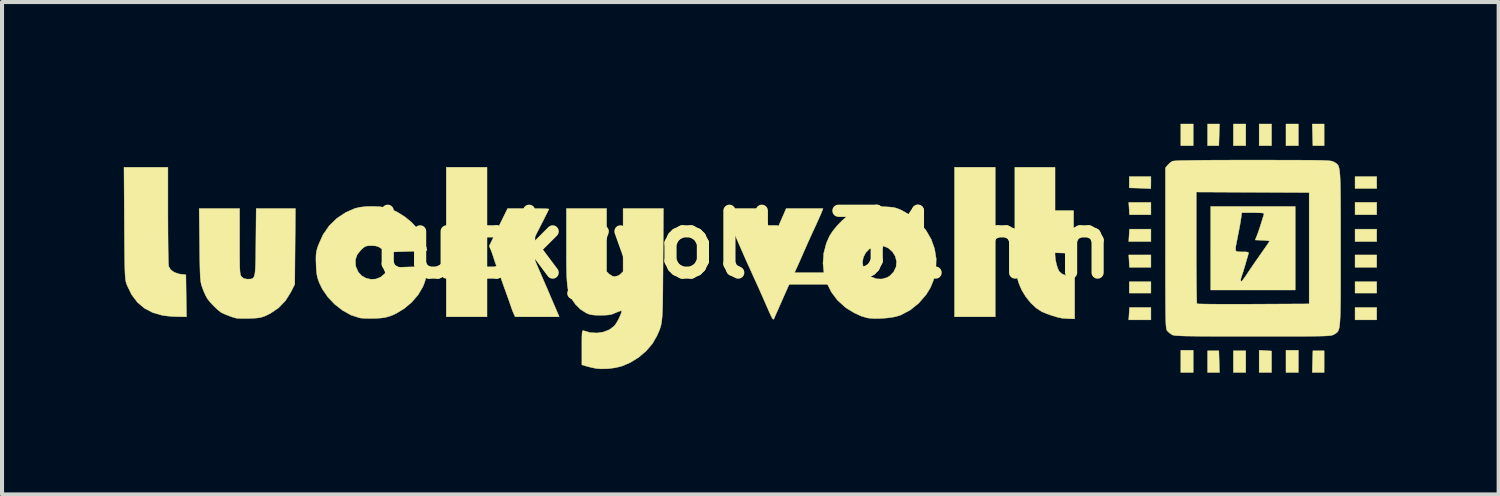
<source format=kicad_pcb>
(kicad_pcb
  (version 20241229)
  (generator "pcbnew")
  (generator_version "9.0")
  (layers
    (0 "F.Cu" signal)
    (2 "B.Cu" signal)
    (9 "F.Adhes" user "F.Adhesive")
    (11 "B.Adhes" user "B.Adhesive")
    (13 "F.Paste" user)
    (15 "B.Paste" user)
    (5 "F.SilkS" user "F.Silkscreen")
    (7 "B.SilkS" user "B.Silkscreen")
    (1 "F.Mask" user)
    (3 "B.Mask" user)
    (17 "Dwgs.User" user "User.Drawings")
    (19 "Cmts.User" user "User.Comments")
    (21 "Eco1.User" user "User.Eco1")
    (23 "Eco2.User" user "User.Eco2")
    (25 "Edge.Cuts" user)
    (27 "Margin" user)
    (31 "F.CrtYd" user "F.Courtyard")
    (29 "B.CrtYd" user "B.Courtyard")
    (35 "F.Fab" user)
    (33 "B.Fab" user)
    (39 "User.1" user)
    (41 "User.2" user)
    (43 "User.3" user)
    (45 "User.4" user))
  (footprint "luckyvolt_31mm"
    (layer "F.Cu")
    (at 15.248 2.977)
    (property "Reference" "luckyvolt_31mm" (at 0 0 0) (layer "F.SilkS") (effects (font (size 1.524 1.524) (thickness 0.3))))
    (attr through_hole)
    (fp_poly (pts (xy -6.299 1.778) (xy -7.303 1.778) (xy -7.303 -1.905) (xy -6.299 -1.905) (xy -6.299 1.778)) (stroke (width 0.01) (type solid)) (fill yes) (layer "F.SilkS"))
    (fp_poly (pts (xy 6.223 1.778) (xy 5.22 1.778) (xy 5.22 -1.905) (xy 6.223 -1.905) (xy 6.223 1.778)) (stroke (width 0.01) (type solid)) (fill yes) (layer "F.SilkS"))
    (fp_poly (pts (xy 10.058 -0.076) (xy 9.512 -0.076) (xy 9.53 -0.381) (xy 10.058 -0.381) (xy 10.058 -0.076)) (stroke (width 0.01) (type solid)) (fill yes) (layer "F.SilkS"))
    (fp_poly (pts (xy 10.058 1.194) (xy 9.525 1.194) (xy 9.525 0.914) (xy 10.058 0.914) (xy 10.058 1.194)) (stroke (width 0.01) (type solid)) (fill yes) (layer "F.SilkS"))
    (fp_poly (pts (xy 10.058 1.854) (xy 9.512 1.854) (xy 9.53 1.549) (xy 10.058 1.549) (xy 10.058 1.854)) (stroke (width 0.01) (type solid)) (fill yes) (layer "F.SilkS"))
    (fp_poly (pts (xy 11.1 -2.438) (xy 10.795 -2.438) (xy 10.795 -2.972) (xy 11.1 -2.972) (xy 11.1 -2.438)) (stroke (width 0.01) (type solid)) (fill yes) (layer "F.SilkS"))
    (fp_poly (pts (xy 11.1 3.15) (xy 10.795 3.15) (xy 10.795 2.603) (xy 11.1 2.603) (xy 11.1 3.15)) (stroke (width 0.01) (type solid)) (fill yes) (layer "F.SilkS"))
    (fp_poly (pts (xy 12.395 -2.438) (xy 12.09 -2.438) (xy 12.09 -2.972) (xy 12.395 -2.972) (xy 12.395 -2.438)) (stroke (width 0.01) (type solid)) (fill yes) (layer "F.SilkS"))
    (fp_poly (pts (xy 12.395 3.15) (xy 12.09 3.15) (xy 12.09 2.616) (xy 12.395 2.616) (xy 12.395 3.15)) (stroke (width 0.01) (type solid)) (fill yes) (layer "F.SilkS"))
    (fp_poly (pts (xy 13.03 -2.438) (xy 12.725 -2.438) (xy 12.725 -2.972) (xy 13.03 -2.972) (xy 13.03 -2.438)) (stroke (width 0.01) (type solid)) (fill yes) (layer "F.SilkS"))
    (fp_poly (pts (xy 13.691 -2.438) (xy 13.386 -2.438) (xy 13.386 -2.972) (xy 13.691 -2.972) (xy 13.691 -2.438)) (stroke (width 0.01) (type solid)) (fill yes) (layer "F.SilkS"))
    (fp_poly (pts (xy 13.691 3.15) (xy 13.386 3.15) (xy 13.386 2.603) (xy 13.691 2.603) (xy 13.691 3.15)) (stroke (width 0.01) (type solid)) (fill yes) (layer "F.SilkS"))
    (fp_poly (pts (xy 14.326 -2.972) (xy 14.326 -2.438) (xy 14.049 -2.438) (xy 14.034 -2.972) (xy 14.326 -2.972)) (stroke (width 0.01) (type solid)) (fill yes) (layer "F.SilkS"))
    (fp_poly (pts (xy 15.621 -1.384) (xy 15.088 -1.384) (xy 15.088 -1.676) (xy 15.621 -1.676) (xy 15.621 -1.384)) (stroke (width 0.01) (type solid)) (fill yes) (layer "F.SilkS"))
    (fp_poly (pts (xy 15.621 -0.737) (xy 15.088 -0.737) (xy 15.088 -1.041) (xy 15.621 -1.041) (xy 15.621 -0.737)) (stroke (width 0.01) (type solid)) (fill yes) (layer "F.SilkS"))
    (fp_poly (pts (xy 15.621 -0.076) (xy 15.088 -0.076) (xy 15.088 -0.381) (xy 15.621 -0.381) (xy 15.621 -0.076)) (stroke (width 0.01) (type solid)) (fill yes) (layer "F.SilkS"))
    (fp_poly (pts (xy 15.621 0.559) (xy 15.088 0.559) (xy 15.088 0.254) (xy 15.621 0.254) (xy 15.621 0.559)) (stroke (width 0.01) (type solid)) (fill yes) (layer "F.SilkS"))
    (fp_poly (pts (xy 15.621 1.194) (xy 15.088 1.194) (xy 15.088 0.914) (xy 15.621 0.914) (xy 15.621 1.194)) (stroke (width 0.01) (type solid)) (fill yes) (layer "F.SilkS"))
    (fp_poly (pts (xy 15.621 1.854) (xy 15.088 1.854) (xy 15.088 1.549) (xy 15.621 1.549) (xy 15.621 1.854)) (stroke (width 0.01) (type solid)) (fill yes) (layer "F.SilkS"))
    (fp_poly (pts (xy 11.74 -2.705) (xy 11.732 -2.438) (xy 11.455 -2.438) (xy 11.455 -2.972) (xy 11.748 -2.972) (xy 11.74 -2.705)) (stroke (width 0.01) (type solid)) (fill yes) (layer "F.SilkS"))
    (fp_poly (pts (xy 9.785 -1.041) (xy 10.058 -1.041) (xy 10.058 -0.737) (xy 9.53 -0.737) (xy 9.521 -0.889) (xy 9.512 -1.041) (xy 9.785 -1.041)) (stroke (width 0.01) (type solid)) (fill yes) (layer "F.SilkS"))
    (fp_poly (pts (xy 9.785 0.254) (xy 10.058 0.254) (xy 10.058 0.559) (xy 9.53 0.559) (xy 9.521 0.406) (xy 9.512 0.254) (xy 9.785 0.254)) (stroke (width 0.01) (type solid)) (fill yes) (layer "F.SilkS"))
    (fp_poly (pts (xy 11.74 2.883) (xy 11.748 3.15) (xy 11.601 3.15) (xy 11.455 3.15) (xy 11.455 2.616) (xy 11.732 2.616) (xy 11.74 2.883)) (stroke (width 0.01) (type solid)) (fill yes) (layer "F.SilkS"))
    (fp_poly (pts (xy 12.878 2.612) (xy 13.03 2.621) (xy 13.03 3.15) (xy 12.725 3.15) (xy 12.725 2.877) (xy 12.725 2.603) (xy 12.878 2.612)) (stroke (width 0.01) (type solid)) (fill yes) (layer "F.SilkS"))
    (fp_poly (pts (xy 14.326 3.15) (xy 14.18 3.15) (xy 14.034 3.15) (xy 14.041 2.883) (xy 14.049 2.616) (xy 14.326 2.616) (xy 14.326 3.15)) (stroke (width 0.01) (type solid)) (fill yes) (layer "F.SilkS"))
    (fp_poly (pts (xy 10.058 -1.524) (xy 10.057 -1.445) (xy 10.055 -1.392) (xy 10.052 -1.377) (xy 10.026 -1.38) (xy 9.959 -1.384) (xy 9.864 -1.388) (xy 9.785 -1.391) (xy 9.525 -1.399) (xy 9.525 -1.676) (xy 10.058 -1.676) (xy 10.058 -1.524)) (stroke (width 0.01) (type solid)) (fill yes) (layer "F.SilkS"))
    (fp_poly (pts (xy -14.702 -1.905) (xy -14.161 -1.905) (xy -14.161 -0.718) (xy -14.16 -0.474) (xy -14.159 -0.245) (xy -14.157 -0.035) (xy -14.155 0.15) (xy -14.152 0.306) (xy -14.149 0.426) (xy -14.145 0.506) (xy -14.141 0.538) (xy -14.094 0.617) (xy -14.007 0.681) (xy -13.891 0.721) (xy -13.845 0.728) (xy -13.718 0.743) (xy -13.711 1.261) (xy -13.703 1.778) (xy -13.919 1.775) (xy -14.047 1.77) (xy -14.18 1.758) (xy -14.292 1.743) (xy -14.3 1.742) (xy -14.535 1.675) (xy -14.739 1.568) (xy -14.912 1.422) (xy -15.054 1.234) (xy -15.165 1.007) (xy -15.167 1.002) (xy -15.179 0.968) (xy -15.19 0.935) (xy -15.199 0.898) (xy -15.206 0.852) (xy -15.212 0.794) (xy -15.217 0.719) (xy -15.221 0.622) (xy -15.224 0.499) (xy -15.227 0.346) (xy -15.229 0.158) (xy -15.231 -0.07) (xy -15.233 -0.341) (xy -15.234 -0.527) (xy -15.243 -1.905) (xy -14.702 -1.905)) (stroke (width 0.01) (type solid)) (fill yes) (layer "F.SilkS"))
    (fp_poly (pts (xy 7.696 -0.838) (xy 8.153 -0.838) (xy 8.154 0.216) (xy 7.696 0.2) (xy 7.696 0.264) (xy 7.705 0.359) (xy 7.727 0.469) (xy 7.758 0.573) (xy 7.792 0.651) (xy 7.8 0.662) (xy 7.863 0.718) (xy 7.959 0.761) (xy 8.068 0.785) (xy 8.112 0.787) (xy 8.179 0.787) (xy 8.179 1.829) (xy 8.058 1.825) (xy 7.967 1.82) (xy 7.883 1.813) (xy 7.861 1.811) (xy 7.761 1.79) (xy 7.636 1.753) (xy 7.506 1.708) (xy 7.391 1.661) (xy 7.367 1.65) (xy 7.232 1.562) (xy 7.099 1.438) (xy 6.978 1.288) (xy 6.88 1.127) (xy 6.872 1.109) (xy 6.837 1.032) (xy 6.807 0.956) (xy 6.782 0.879) (xy 6.761 0.793) (xy 6.745 0.696) (xy 6.732 0.581) (xy 6.722 0.445) (xy 6.715 0.281) (xy 6.711 0.086) (xy 6.708 -0.145) (xy 6.706 -0.418) (xy 6.706 -0.718) (xy 6.706 -1.905) (xy 7.696 -1.905) (xy 7.696 -0.838)) (stroke (width 0.01) (type solid)) (fill yes) (layer "F.SilkS"))
    (fp_poly (pts (xy -5.129 -0.888) (xy -4.994 -0.887) (xy -4.885 -0.884) (xy -4.81 -0.881) (xy -4.776 -0.877) (xy -4.775 -0.876) (xy -4.786 -0.851) (xy -4.817 -0.787) (xy -4.865 -0.692) (xy -4.925 -0.572) (xy -4.995 -0.435) (xy -5.015 -0.396) (xy -5.255 0.072) (xy -5.114 0.398) (xy -5.059 0.524) (xy -5.009 0.641) (xy -4.968 0.736) (xy -4.941 0.798) (xy -4.937 0.806) (xy -4.901 0.892) (xy -4.866 0.972) (xy -4.84 1.031) (xy -4.799 1.125) (xy -4.75 1.241) (xy -4.696 1.367) (xy -4.643 1.49) (xy -4.596 1.598) (xy -4.562 1.68) (xy -4.555 1.695) (xy -4.521 1.778) (xy -5.605 1.778) (xy -5.638 1.708) (xy -5.668 1.637) (xy -5.699 1.551) (xy -5.704 1.537) (xy -5.726 1.472) (xy -5.76 1.374) (xy -5.802 1.256) (xy -5.843 1.143) (xy -5.886 1.024) (xy -5.924 0.916) (xy -5.954 0.833) (xy -5.97 0.787) (xy -5.99 0.732) (xy -6.021 0.647) (xy -6.057 0.551) (xy -6.059 0.546) (xy -6.095 0.447) (xy -6.126 0.356) (xy -6.146 0.293) (xy -6.146 0.292) (xy -6.171 0.215) (xy -6.203 0.131) (xy -6.206 0.126) (xy -6.245 0.035) (xy -6.019 -0.427) (xy -5.792 -0.889) (xy -5.284 -0.889) (xy -5.129 -0.888)) (stroke (width 0.01) (type solid)) (fill yes) (layer "F.SilkS"))
    (fp_poly (pts (xy -12.395 -0.079) (xy -12.395 0.146) (xy -12.394 0.326) (xy -12.393 0.467) (xy -12.39 0.573) (xy -12.386 0.651) (xy -12.38 0.706) (xy -12.372 0.743) (xy -12.362 0.769) (xy -12.348 0.789) (xy -12.347 0.79) (xy -12.295 0.833) (xy -12.221 0.849) (xy -12.195 0.85) (xy -12.145 0.849) (xy -12.104 0.845) (xy -12.072 0.832) (xy -12.047 0.806) (xy -12.028 0.761) (xy -12.015 0.692) (xy -12.007 0.595) (xy -12.001 0.465) (xy -11.997 0.297) (xy -11.995 0.086) (xy -11.994 -0.064) (xy -11.986 -0.889) (xy -11.02 -0.889) (xy -11.036 0.978) (xy -11.134 1.173) (xy -11.266 1.383) (xy -11.435 1.558) (xy -11.637 1.695) (xy -11.697 1.726) (xy -11.784 1.765) (xy -11.858 1.79) (xy -11.936 1.805) (xy -12.034 1.813) (xy -12.141 1.817) (xy -12.259 1.82) (xy -12.364 1.819) (xy -12.442 1.816) (xy -12.471 1.813) (xy -12.551 1.792) (xy -12.649 1.758) (xy -12.747 1.719) (xy -12.827 1.683) (xy -12.86 1.664) (xy -12.941 1.599) (xy -13.032 1.512) (xy -13.118 1.42) (xy -13.183 1.339) (xy -13.194 1.322) (xy -13.233 1.25) (xy -13.277 1.152) (xy -13.31 1.067) (xy -13.326 1.021) (xy -13.339 0.977) (xy -13.349 0.928) (xy -13.357 0.869) (xy -13.364 0.794) (xy -13.368 0.697) (xy -13.372 0.572) (xy -13.375 0.413) (xy -13.378 0.214) (xy -13.38 0.006) (xy -13.391 -0.889) (xy -12.395 -0.889) (xy -12.395 -0.079)) (stroke (width 0.01) (type solid)) (fill yes) (layer "F.SilkS"))
    (fp_poly (pts (xy 13.614 1.118) (xy 11.532 1.118) (xy 11.532 0.122) (xy 12.142 0.122) (xy 12.156 0.159) (xy 12.197 0.174) (xy 12.27 0.178) (xy 12.308 0.178) (xy 12.397 0.179) (xy 12.446 0.186) (xy 12.464 0.2) (xy 12.461 0.222) (xy 12.449 0.266) (xy 12.426 0.344) (xy 12.397 0.443) (xy 12.386 0.483) (xy 12.354 0.59) (xy 12.324 0.687) (xy 12.301 0.756) (xy 12.296 0.77) (xy 12.273 0.843) (xy 12.27 0.891) (xy 12.286 0.905) (xy 12.294 0.902) (xy 12.321 0.873) (xy 12.364 0.815) (xy 12.406 0.754) (xy 12.472 0.654) (xy 12.564 0.519) (xy 12.676 0.357) (xy 12.804 0.174) (xy 12.886 0.057) (xy 12.934 -0.013) (xy 12.968 -0.065) (xy 12.979 -0.088) (xy 12.956 -0.094) (xy 12.895 -0.101) (xy 12.809 -0.107) (xy 12.803 -0.107) (xy 12.627 -0.114) (xy 12.673 -0.229) (xy 12.704 -0.312) (xy 12.741 -0.42) (xy 12.776 -0.531) (xy 12.777 -0.533) (xy 12.806 -0.628) (xy 12.83 -0.706) (xy 12.845 -0.752) (xy 12.847 -0.756) (xy 12.839 -0.77) (xy 12.801 -0.78) (xy 12.726 -0.785) (xy 12.607 -0.787) (xy 12.577 -0.787) (xy 12.297 -0.787) (xy 12.281 -0.667) (xy 12.267 -0.577) (xy 12.248 -0.464) (xy 12.23 -0.368) (xy 12.207 -0.253) (xy 12.184 -0.135) (xy 12.168 -0.055) (xy 12.147 0.054) (xy 12.142 0.122) (xy 11.532 0.122) (xy 11.532 -0.94) (xy 13.614 -0.94) (xy 13.614 1.118)) (stroke (width 0.01) (type solid)) (fill yes) (layer "F.SilkS"))
    (fp_poly (pts (xy 3.424 -0.935) (xy 3.562 -0.93) (xy 3.663 -0.922) (xy 3.74 -0.911) (xy 3.806 -0.892) (xy 3.876 -0.864) (xy 3.92 -0.844) (xy 4.153 -0.71) (xy 4.354 -0.543) (xy 4.519 -0.349) (xy 4.644 -0.132) (xy 4.728 0.102) (xy 4.768 0.349) (xy 4.76 0.603) (xy 4.752 0.653) (xy 4.701 0.875) (xy 4.623 1.066) (xy 4.52 1.232) (xy 4.337 1.443) (xy 4.131 1.61) (xy 3.901 1.732) (xy 3.847 1.752) (xy 3.729 1.783) (xy 3.579 1.805) (xy 3.414 1.818) (xy 3.252 1.821) (xy 3.111 1.811) (xy 3.071 1.805) (xy 2.919 1.76) (xy 2.751 1.683) (xy 2.582 1.581) (xy 2.521 1.538) (xy 2.332 1.365) (xy 2.183 1.165) (xy 2.073 0.943) (xy 2.004 0.706) (xy 1.979 0.459) (xy 1.981 0.436) (xy 2.951 0.436) (xy 2.971 0.561) (xy 2.986 0.596) (xy 3.066 0.714) (xy 3.174 0.797) (xy 3.299 0.843) (xy 3.431 0.848) (xy 3.56 0.81) (xy 3.626 0.77) (xy 3.724 0.668) (xy 3.78 0.547) (xy 3.792 0.416) (xy 3.759 0.285) (xy 3.692 0.178) (xy 3.589 0.085) (xy 3.47 0.036) (xy 3.359 0.025) (xy 3.23 0.048) (xy 3.118 0.11) (xy 3.03 0.201) (xy 2.973 0.313) (xy 2.951 0.436) (xy 1.981 0.436) (xy 1.998 0.21) (xy 2.062 -0.035) (xy 2.141 -0.213) (xy 2.219 -0.333) (xy 2.324 -0.463) (xy 2.445 -0.588) (xy 2.568 -0.696) (xy 2.68 -0.772) (xy 2.82 -0.844) (xy 2.944 -0.893) (xy 3.07 -0.922) (xy 3.211 -0.935) (xy 3.385 -0.936) (xy 3.424 -0.935)) (stroke (width 0.01) (type solid)) (fill yes) (layer "F.SilkS"))
    (fp_poly (pts (xy -3.353 0.663) (xy -3.29 0.725) (xy -3.209 0.777) (xy -3.15 0.787) (xy -3.06 0.764) (xy -3.009 0.725) (xy -2.946 0.663) (xy -2.946 -0.889) (xy -1.953 -0.889) (xy -1.962 0.489) (xy -1.964 0.795) (xy -1.966 1.055) (xy -1.968 1.274) (xy -1.971 1.456) (xy -1.975 1.606) (xy -1.981 1.728) (xy -1.989 1.828) (xy -1.999 1.91) (xy -2.011 1.978) (xy -2.027 2.038) (xy -2.046 2.094) (xy -2.07 2.151) (xy -2.097 2.213) (xy -2.113 2.248) (xy -2.224 2.44) (xy -2.377 2.619) (xy -2.562 2.777) (xy -2.77 2.906) (xy -2.981 2.995) (xy -3.138 3.033) (xy -3.314 3.056) (xy -3.487 3.061) (xy -3.607 3.051) (xy -3.706 3.032) (xy -3.813 3.005) (xy -3.842 2.997) (xy -3.962 2.961) (xy -3.962 2.532) (xy -3.962 2.375) (xy -3.961 2.262) (xy -3.957 2.187) (xy -3.951 2.142) (xy -3.942 2.122) (xy -3.928 2.118) (xy -3.918 2.121) (xy -3.757 2.168) (xy -3.59 2.177) (xy -3.43 2.153) (xy -3.286 2.097) (xy -3.171 2.011) (xy -3.14 1.975) (xy -3.098 1.91) (xy -3.054 1.831) (xy -3.017 1.75) (xy -2.99 1.681) (xy -2.982 1.637) (xy -2.984 1.63) (xy -3.012 1.633) (xy -3.072 1.654) (xy -3.129 1.678) (xy -3.202 1.709) (xy -3.275 1.728) (xy -3.364 1.737) (xy -3.484 1.74) (xy -3.503 1.74) (xy -3.627 1.738) (xy -3.715 1.73) (xy -3.783 1.714) (xy -3.846 1.688) (xy -3.861 1.68) (xy -4.002 1.59) (xy -4.118 1.473) (xy -4.19 1.372) (xy -4.228 1.31) (xy -4.258 1.248) (xy -4.283 1.182) (xy -4.303 1.105) (xy -4.318 1.012) (xy -4.328 0.897) (xy -4.336 0.755) (xy -4.34 0.58) (xy -4.343 0.368) (xy -4.343 0.112) (xy -4.343 0.028) (xy -4.343 -0.889) (xy -3.353 -0.889) (xy -3.353 0.663)) (stroke (width 0.01) (type solid)) (fill yes) (layer "F.SilkS"))
    (fp_poly (pts (xy 1.953 -0.819) (xy 1.926 -0.753) (xy 1.88 -0.649) (xy 1.82 -0.516) (xy 1.75 -0.363) (xy 1.74 -0.343) (xy 1.679 -0.21) (xy 1.607 -0.05) (xy 1.533 0.117) (xy 1.473 0.254) (xy 1.421 0.372) (xy 1.365 0.498) (xy 1.317 0.603) (xy 1.265 0.718) (xy 1.207 0.845) (xy 1.172 0.921) (xy 1.124 1.027) (xy 1.068 1.153) (xy 1.016 1.27) (xy 0.965 1.386) (xy 0.911 1.509) (xy 0.866 1.612) (xy 0.865 1.613) (xy 0.825 1.702) (xy 0.791 1.78) (xy 0.773 1.823) (xy 0.762 1.84) (xy 0.747 1.835) (xy 0.725 1.805) (xy 0.693 1.744) (xy 0.649 1.647) (xy 0.588 1.508) (xy 0.587 1.506) (xy 0.523 1.359) (xy 0.458 1.212) (xy 0.399 1.078) (xy 0.35 0.971) (xy 0.336 0.94) (xy 0.289 0.837) (xy 0.245 0.741) (xy 0.213 0.669) (xy 0.209 0.66) (xy 0.174 0.582) (xy 0.141 0.512) (xy 0.139 0.508) (xy 0.121 0.467) (xy 0.085 0.388) (xy 0.036 0.276) (xy -0.024 0.139) (xy -0.092 -0.015) (xy -0.14 -0.127) (xy -0.211 -0.288) (xy -0.276 -0.436) (xy -0.334 -0.563) (xy -0.38 -0.663) (xy -0.411 -0.728) (xy -0.423 -0.749) (xy -0.45 -0.807) (xy -0.457 -0.844) (xy -0.454 -0.86) (xy -0.439 -0.872) (xy -0.405 -0.88) (xy -0.346 -0.885) (xy -0.256 -0.888) (xy -0.126 -0.889) (xy 0.00041 -0.889) (xy 0.458 -0.889) (xy 0.493 -0.806) (xy 0.525 -0.73) (xy 0.561 -0.638) (xy 0.571 -0.61) (xy 0.61 -0.511) (xy 0.653 -0.408) (xy 0.663 -0.387) (xy 0.692 -0.314) (xy 0.709 -0.256) (xy 0.711 -0.241) (xy 0.728 -0.208) (xy 0.743 -0.204) (xy 0.764 -0.226) (xy 0.8 -0.287) (xy 0.846 -0.378) (xy 0.899 -0.492) (xy 0.923 -0.547) (xy 1.072 -0.889) (xy 1.98 -0.889) (xy 1.953 -0.819)) (stroke (width 0.01) (type solid)) (fill yes) (layer "F.SilkS"))
    (fp_poly (pts (xy -8.925 -0.932) (xy -8.777 -0.909) (xy -8.707 -0.89) (xy -8.512 -0.803) (xy -8.326 -0.687) (xy -8.158 -0.55) (xy -8.021 -0.401) (xy -7.926 -0.253) (xy -7.889 -0.173) (xy -7.851 -0.081) (xy -7.818 0.008) (xy -7.792 0.084) (xy -7.78 0.133) (xy -7.781 0.144) (xy -7.808 0.147) (xy -7.877 0.152) (xy -7.982 0.157) (xy -8.114 0.163) (xy -8.265 0.168) (xy -8.284 0.169) (xy -8.778 0.186) (xy -8.889 0.105) (xy -8.965 0.057) (xy -9.034 0.033) (xy -9.123 0.026) (xy -9.147 0.025) (xy -9.233 0.028) (xy -9.292 0.042) (xy -9.344 0.075) (xy -9.407 0.133) (xy -9.499 0.248) (xy -9.541 0.372) (xy -9.537 0.509) (xy -9.526 0.553) (xy -9.471 0.677) (xy -9.384 0.769) (xy -9.276 0.829) (xy -9.157 0.855) (xy -9.035 0.847) (xy -8.921 0.802) (xy -8.823 0.72) (xy -8.774 0.649) (xy -8.73 0.567) (xy -8.246 0.551) (xy -8.094 0.547) (xy -7.961 0.544) (xy -7.854 0.544) (xy -7.78 0.545) (xy -7.749 0.548) (xy -7.749 0.548) (xy -7.747 0.579) (xy -7.759 0.646) (xy -7.78 0.736) (xy -7.808 0.836) (xy -7.839 0.933) (xy -7.87 1.016) (xy -7.881 1.041) (xy -7.996 1.236) (xy -8.152 1.417) (xy -8.337 1.574) (xy -8.543 1.699) (xy -8.62 1.734) (xy -8.717 1.77) (xy -8.806 1.794) (xy -8.904 1.808) (xy -9.03 1.816) (xy -9.068 1.817) (xy -9.192 1.819) (xy -9.309 1.816) (xy -9.401 1.81) (xy -9.439 1.804) (xy -9.651 1.735) (xy -9.857 1.621) (xy -10.049 1.472) (xy -10.218 1.294) (xy -10.356 1.095) (xy -10.428 0.947) (xy -10.462 0.857) (xy -10.485 0.771) (xy -10.499 0.675) (xy -10.508 0.55) (xy -10.51 0.49) (xy -10.514 0.359) (xy -10.512 0.262) (xy -10.503 0.182) (xy -10.485 0.105) (xy -10.455 0.013) (xy -10.453 0.01) (xy -10.341 -0.241) (xy -10.19 -0.46) (xy -10.003 -0.644) (xy -9.781 -0.792) (xy -9.553 -0.892) (xy -9.425 -0.922) (xy -9.267 -0.939) (xy -9.094 -0.942) (xy -8.925 -0.932)) (stroke (width 0.01) (type solid)) (fill yes) (layer "F.SilkS"))
    (fp_poly (pts (xy 12.924 -2.083) (xy 13.235 -2.082) (xy 13.503 -2.082) (xy 13.73 -2.081) (xy 13.921 -2.08) (xy 14.078 -2.079) (xy 14.206 -2.077) (xy 14.307 -2.074) (xy 14.386 -2.07) (xy 14.446 -2.066) (xy 14.49 -2.061) (xy 14.521 -2.054) (xy 14.544 -2.047) (xy 14.562 -2.039) (xy 14.572 -2.033) (xy 14.601 -2.016) (xy 14.626 -2) (xy 14.648 -1.982) (xy 14.667 -1.958) (xy 14.683 -1.925) (xy 14.695 -1.879) (xy 14.706 -1.818) (xy 14.714 -1.737) (xy 14.72 -1.634) (xy 14.725 -1.504) (xy 14.728 -1.345) (xy 14.73 -1.152) (xy 14.731 -0.924) (xy 14.732 -0.655) (xy 14.732 -0.343) (xy 14.732 0.016) (xy 14.732 0.089) (xy 14.732 0.457) (xy 14.732 0.777) (xy 14.732 1.054) (xy 14.731 1.29) (xy 14.729 1.489) (xy 14.726 1.654) (xy 14.721 1.789) (xy 14.715 1.897) (xy 14.708 1.982) (xy 14.698 2.047) (xy 14.685 2.095) (xy 14.67 2.13) (xy 14.652 2.155) (xy 14.631 2.174) (xy 14.606 2.191) (xy 14.578 2.207) (xy 14.572 2.211) (xy 14.555 2.22) (xy 14.536 2.228) (xy 14.51 2.235) (xy 14.473 2.241) (xy 14.423 2.246) (xy 14.356 2.25) (xy 14.268 2.253) (xy 14.156 2.255) (xy 14.016 2.257) (xy 13.845 2.259) (xy 13.64 2.259) (xy 13.396 2.26) (xy 13.11 2.26) (xy 12.779 2.26) (xy 12.573 2.26) (xy 12.208 2.26) (xy 11.891 2.26) (xy 11.618 2.259) (xy 11.386 2.258) (xy 11.191 2.256) (xy 11.031 2.254) (xy 10.901 2.252) (xy 10.798 2.248) (xy 10.719 2.244) (xy 10.661 2.24) (xy 10.621 2.234) (xy 10.595 2.227) (xy 10.584 2.223) (xy 10.514 2.176) (xy 10.464 2.128) (xy 10.455 2.116) (xy 10.447 2.099) (xy 10.441 2.076) (xy 10.435 2.042) (xy 10.43 1.993) (xy 10.426 1.927) (xy 10.423 1.839) (xy 10.421 1.728) (xy 10.419 1.588) (xy 10.418 1.417) (xy 10.417 1.211) (xy 10.416 0.967) (xy 10.416 0.682) (xy 10.416 0.352) (xy 10.416 0.089) (xy 10.416 0.072) (xy 11.176 0.072) (xy 11.176 0.331) (xy 11.177 0.574) (xy 11.179 0.798) (xy 11.18 0.996) (xy 11.183 1.165) (xy 11.185 1.3) (xy 11.188 1.396) (xy 11.191 1.448) (xy 11.193 1.456) (xy 11.221 1.46) (xy 11.295 1.462) (xy 11.411 1.465) (xy 11.563 1.466) (xy 11.747 1.468) (xy 11.958 1.468) (xy 12.192 1.468) (xy 12.444 1.468) (xy 12.584 1.467) (xy 13.957 1.46) (xy 13.957 -1.283) (xy 11.176 -1.296) (xy 11.176 0.072) (xy 10.416 0.072) (xy 10.416 -1.892) (xy 10.472 -1.959) (xy 10.528 -2.015) (xy 10.584 -2.054) (xy 10.612 -2.06) (xy 10.675 -2.065) (xy 10.774 -2.07) (xy 10.911 -2.073) (xy 11.088 -2.076) (xy 11.306 -2.079) (xy 11.568 -2.081) (xy 11.876 -2.082) (xy 12.23 -2.083) (xy 12.565 -2.083) (xy 12.924 -2.083)) (stroke (width 0.01) (type solid)) (fill yes) (layer "F.SilkS")))
  (gr_rect
    (start -3 -3)
    (end 33.874 9.132)
    (stroke (width 0.1) (type default))
    (fill no)
    (layer "Edge.Cuts")))
</source>
